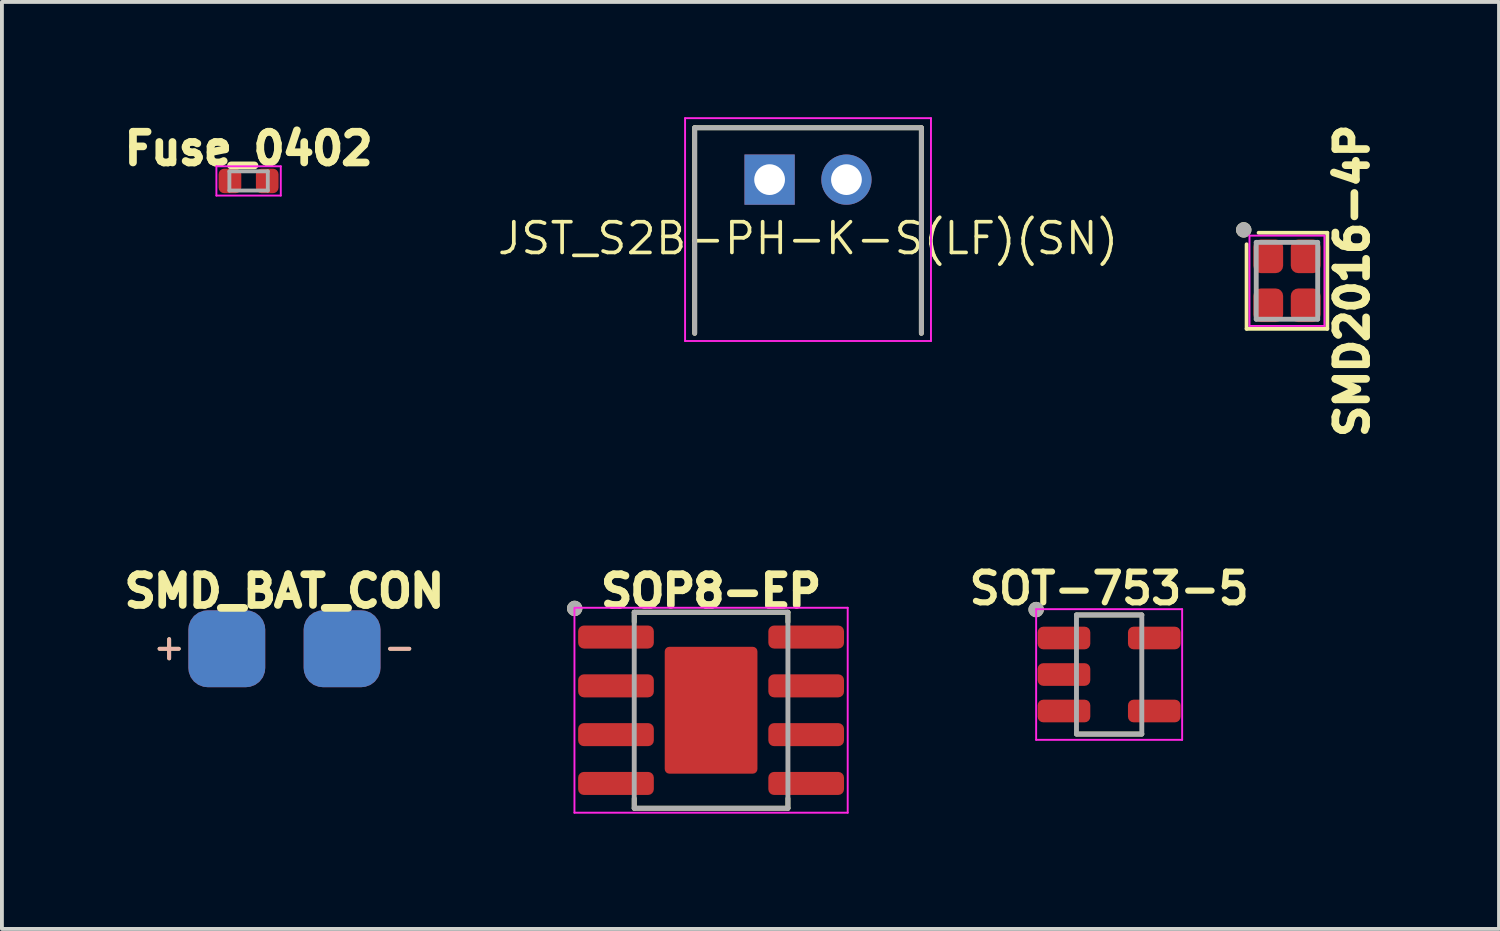
<source format=kicad_pcb>
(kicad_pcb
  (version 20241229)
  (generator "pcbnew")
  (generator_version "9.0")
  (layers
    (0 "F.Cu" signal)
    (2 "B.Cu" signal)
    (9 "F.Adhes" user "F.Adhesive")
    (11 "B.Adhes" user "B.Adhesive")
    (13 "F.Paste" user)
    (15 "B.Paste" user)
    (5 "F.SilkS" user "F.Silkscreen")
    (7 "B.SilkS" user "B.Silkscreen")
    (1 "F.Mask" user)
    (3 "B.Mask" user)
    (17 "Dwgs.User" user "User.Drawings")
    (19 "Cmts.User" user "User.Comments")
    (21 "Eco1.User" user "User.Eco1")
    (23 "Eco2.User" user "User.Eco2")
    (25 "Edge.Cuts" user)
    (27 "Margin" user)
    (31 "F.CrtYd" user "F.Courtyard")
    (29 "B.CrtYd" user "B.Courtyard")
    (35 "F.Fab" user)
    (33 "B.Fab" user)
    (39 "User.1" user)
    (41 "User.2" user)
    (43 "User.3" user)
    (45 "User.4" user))
  (footprint "JST_S2B-PH-K-S(LF)(SN)"
    (layer "F.Cu")
    (at 17.98 1.625)
    (property "Reference" "JST_S2B-PH-K-S(LF)(SN)" (at 0 1.53 0) (layer "F.SilkS") (effects (font (size 0.8 0.8) (thickness 0.096) (bold yes))))
    (attr through_hole)
    (fp_line (start -2.95 -1.35) (end 2.95 -1.35) (stroke (width 0.127) (type solid)) (layer "F.SilkS"))
    (fp_line (start -2.95 4) (end -2.95 -1.35) (stroke (width 0.127) (type solid)) (layer "F.SilkS"))
    (fp_line (start 2.95 -1.35) (end 2.95 4) (stroke (width 0.127) (type solid)) (layer "F.SilkS"))
    (fp_line (start -3.2 -1.6) (end 3.2 -1.6) (stroke (width 0.05) (type solid)) (layer "F.CrtYd"))
    (fp_line (start -3.2 4.2) (end -3.2 -1.6) (stroke (width 0.05) (type solid)) (layer "F.CrtYd"))
    (fp_line (start 3.2 -1.6) (end 3.2 4.2) (stroke (width 0.05) (type solid)) (layer "F.CrtYd"))
    (fp_line (start 3.2 4.2) (end -3.2 4.2) (stroke (width 0.05) (type solid)) (layer "F.CrtYd"))
    (fp_line (start -2.95 -1.35) (end 2.95 -1.35) (stroke (width 0.127) (type solid)) (layer "F.Fab"))
    (fp_line (start -2.95 4) (end -2.95 -1.35) (stroke (width 0.127) (type solid)) (layer "F.Fab"))
    (fp_line (start 2.95 -1.35) (end 2.95 4) (stroke (width 0.127) (type solid)) (layer "F.Fab"))
    (pad "1" thru_hole rect (at -1 0) (size 1.308 1.308) (drill 0.8) (layers "*.Cu" "*.Mask"))
    (pad "2" thru_hole circle (at 1 0) (size 1.308 1.308) (drill 0.8) (layers "*.Cu" "*.Mask")))
  (footprint "Fuse_0402"
    (layer "F.Cu")
    (at 3.42 1.659)
    (property "Reference" "Fuse_0402" (at 0 -0.84 0) (layer "F.SilkS") (effects (font (size 0.8 0.8) (thickness 0.2) (bold yes))))
    (attr smd)
    (fp_line (start -0.838 -0.381) (end 0.838 -0.381) (stroke (width 0.05) (type solid)) (layer "F.CrtYd"))
    (fp_line (start -0.838 0.381) (end -0.838 -0.381) (stroke (width 0.05) (type solid)) (layer "F.CrtYd"))
    (fp_line (start 0.838 -0.381) (end 0.838 0.381) (stroke (width 0.05) (type solid)) (layer "F.CrtYd"))
    (fp_line (start 0.838 0.381) (end -0.838 0.381) (stroke (width 0.05) (type solid)) (layer "F.CrtYd"))
    (fp_line (start -0.5 -0.25) (end 0.5 -0.25) (stroke (width 0.1) (type solid)) (layer "F.Fab"))
    (fp_line (start -0.5 0.25) (end -0.5 -0.25) (stroke (width 0.1) (type solid)) (layer "F.Fab"))
    (fp_line (start 0.5 -0.25) (end 0.5 0.25) (stroke (width 0.1) (type solid)) (layer "F.Fab"))
    (fp_line (start 0.5 0.25) (end -0.5 0.25) (stroke (width 0.1) (type solid)) (layer "F.Fab"))
    (pad "1" smd roundrect (at -0.485 0) (size 0.59 0.64) (layers "F.Cu" "F.Mask" "F.Paste") (roundrect_rratio 0.25))
    (pad "2" smd roundrect (at 0.485 0) (size 0.59 0.64) (layers "F.Cu" "F.Mask" "F.Paste") (roundrect_rratio 0.25)))
  (footprint "SMD_BAT_CON"
    (layer "F.Cu")
    (at 4.353 14.835)
    (property "Reference" "SMD_BAT_CON" (at 0 -2.5 0) (unlocked yes) (layer "F.SilkS") (effects (font (size 0.8 0.8) (thickness 0.2) (bold yes))))
    (attr smd)
    (fp_line (start -3.25 -1) (end -2.75 -1) (stroke (width 0.1) (type default)) (layer "F.SilkS"))
    (fp_line (start -3 -1.25) (end -3 -0.75) (stroke (width 0.1) (type default)) (layer "F.SilkS"))
    (fp_line (start 2.75 -1) (end 3.25 -1) (stroke (width 0.1) (type default)) (layer "F.SilkS"))
    (fp_line (start -3 -1.25) (end -3 -0.75) (stroke (width 0.1) (type default)) (layer "B.SilkS"))
    (fp_line (start -2.75 -1) (end -3.25 -1) (stroke (width 0.1) (type default)) (layer "B.SilkS"))
    (fp_line (start 3.25 -1) (end 2.75 -1) (stroke (width 0.1) (type default)) (layer "B.SilkS"))
    (pad "1" smd roundrect (at -1.5 -1) (size 2 2) (layers "F.Cu" "F.Mask") (roundrect_rratio 0.25))
    (pad "1" smd roundrect (at -1.5 -1 180) (size 2 2) (layers "B.Cu" "B.Mask") (roundrect_rratio 0.25))
    (pad "2" smd roundrect (at 1.5 -1) (size 2 2) (layers "F.Cu" "F.Mask") (roundrect_rratio 0.25))
    (pad "2" smd roundrect (at 1.5 -1 180) (size 2 2) (layers "B.Cu" "B.Mask") (roundrect_rratio 0.25)))
  (footprint "SOT-753-5"
    (layer "F.Cu")
    (at 25.817 14.505)
    (property "Reference" "SOT-753-5" (at 0 -2.24 0) (layer "F.SilkS") (effects (font (size 0.8 0.8) (thickness 0.16) (bold yes))))
    (attr smd)
    (fp_line (start 0.85 -1.55) (end -0.85 -1.55) (stroke (width 0.127) (type solid)) (layer "F.SilkS"))
    (fp_line (start 0.85 1.55) (end -0.85 1.55) (stroke (width 0.127) (type solid)) (layer "F.SilkS"))
    (fp_circle (center -1.9 -1.69) (end -1.8 -1.69) (stroke (width 0.2) (type solid)) (fill no) (layer "F.SilkS"))
    (fp_line (start -1.9 -1.7) (end -1.9 1.7) (stroke (width 0.05) (type solid)) (layer "F.CrtYd"))
    (fp_line (start -1.9 1.7) (end 1.9 1.7) (stroke (width 0.05) (type solid)) (layer "F.CrtYd"))
    (fp_line (start 1.9 -1.7) (end -1.9 -1.7) (stroke (width 0.05) (type solid)) (layer "F.CrtYd"))
    (fp_line (start 1.9 1.7) (end 1.9 -1.7) (stroke (width 0.05) (type solid)) (layer "F.CrtYd"))
    (fp_line (start -0.85 -1.55) (end 0.85 -1.55) (stroke (width 0.127) (type solid)) (layer "F.Fab"))
    (fp_line (start -0.85 1.55) (end -0.85 -1.55) (stroke (width 0.127) (type solid)) (layer "F.Fab"))
    (fp_line (start 0.85 -1.55) (end 0.85 1.55) (stroke (width 0.127) (type solid)) (layer "F.Fab"))
    (fp_line (start 0.85 1.55) (end -0.85 1.55) (stroke (width 0.127) (type solid)) (layer "F.Fab"))
    (fp_circle (center -1.9 -1.69) (end -1.8 -1.69) (stroke (width 0.2) (type solid)) (fill no) (layer "F.Fab"))
    (pad "1" smd roundrect (at -1.175 -0.95 270) (size 0.59 1.37) (layers "F.Cu" "F.Mask" "F.Paste") (roundrect_rratio 0.25))
    (pad "2" smd roundrect (at -1.175 0 270) (size 0.59 1.37) (layers "F.Cu" "F.Mask" "F.Paste") (roundrect_rratio 0.25))
    (pad "3" smd roundrect (at -1.175 0.95 270) (size 0.59 1.37) (layers "F.Cu" "F.Mask" "F.Paste") (roundrect_rratio 0.25))
    (pad "4" smd roundrect (at 1.175 0.95 270) (size 0.59 1.37) (layers "F.Cu" "F.Mask" "F.Paste") (roundrect_rratio 0.25))
    (pad "5" smd roundrect (at 1.175 -0.95 270) (size 0.59 1.37) (layers "F.Cu" "F.Mask" "F.Paste") (roundrect_rratio 0.25)))
  (footprint "SMD2016-4P"
    (layer "F.Cu")
    (at 30.445 4.258)
    (property "Reference" "SMD2016-4P" (at 1.7 0 90) (layer "F.SilkS") (effects (font (size 0.8 0.8) (thickness 0.2) (bold yes))))
    (attr smd)
    (fp_line (start -1.05 -0.95) (end -1.05 1.25) (stroke (width 0.1) (type default)) (layer "F.SilkS"))
    (fp_line (start -1.05 1.25) (end 1.05 1.25) (stroke (width 0.1) (type default)) (layer "F.SilkS"))
    (fp_line (start -0.738 -1.25) (end 1.05 -1.25) (stroke (width 0.1) (type default)) (layer "F.SilkS"))
    (fp_line (start 1.05 1.25) (end 1.05 -1.25) (stroke (width 0.1) (type default)) (layer "F.SilkS"))
    (fp_circle (center -1.125 -1.325) (end -1.025 -1.325) (stroke (width 0.2) (type solid)) (fill no) (layer "F.SilkS"))
    (fp_line (start -0.975 -1.175) (end -0.975 1.175) (stroke (width 0.05) (type solid)) (layer "F.CrtYd"))
    (fp_line (start -0.975 -1.175) (end 0.975 -1.175) (stroke (width 0.05) (type solid)) (layer "F.CrtYd"))
    (fp_line (start 0.975 -1.175) (end 0.975 1.175) (stroke (width 0.05) (type solid)) (layer "F.CrtYd"))
    (fp_line (start 0.975 1.175) (end -0.975 1.175) (stroke (width 0.05) (type solid)) (layer "F.CrtYd"))
    (fp_line (start -0.8 -1) (end -0.8 1) (stroke (width 0.127) (type solid)) (layer "F.Fab"))
    (fp_line (start -0.8 -1) (end 0.8 -1) (stroke (width 0.127) (type solid)) (layer "F.Fab"))
    (fp_line (start 0.8 -1) (end 0.8 1) (stroke (width 0.127) (type solid)) (layer "F.Fab"))
    (fp_line (start 0.8 1) (end -0.8 1) (stroke (width 0.127) (type solid)) (layer "F.Fab"))
    (fp_circle (center -1.125 -1.325) (end -1.025 -1.325) (stroke (width 0.2) (type solid)) (fill no) (layer "F.Fab"))
    (pad "1" smd roundrect (at -0.487 -0.637) (size 0.775 0.875) (layers "F.Cu" "F.Mask" "F.Paste") (roundrect_rratio 0.25))
    (pad "2" smd roundrect (at -0.487 0.637) (size 0.775 0.875) (layers "F.Cu" "F.Mask" "F.Paste") (roundrect_rratio 0.25))
    (pad "3" smd roundrect (at 0.487 0.637) (size 0.775 0.875) (layers "F.Cu" "F.Mask" "F.Paste") (roundrect_rratio 0.25))
    (pad "4" smd roundrect (at 0.487 -0.637) (size 0.775 0.875) (layers "F.Cu" "F.Mask" "F.Paste") (roundrect_rratio 0.25)))
  (footprint "SOP8-EP"
    (layer "F.Cu")
    (at 15.457 15.435)
    (property "Reference" "SOP8-EP" (at 0 -3.1 0) (layer "F.SilkS") (effects (font (size 0.8 0.8) (thickness 0.2) (bold yes))))
    (attr smd)
    (fp_line (start -2 -2.55) (end -2 -2.297) (stroke (width 0.127) (type default)) (layer "F.SilkS"))
    (fp_line (start -2 -2.55) (end 2 -2.55) (stroke (width 0.127) (type solid)) (layer "F.SilkS"))
    (fp_line (start -2 2.55) (end 2 2.55) (stroke (width 0.127) (type solid)) (layer "F.SilkS"))
    (fp_line (start -2 2.297) (end -2 2.55) (stroke (width 0.127) (type default)) (layer "F.SilkS"))
    (fp_line (start 2 -2.297) (end 2 -2.55) (stroke (width 0.127) (type default)) (layer "F.SilkS"))
    (fp_line (start 2 2.297) (end 2 2.55) (stroke (width 0.127) (type default)) (layer "F.SilkS"))
    (fp_circle (center -3.55 -2.65) (end -3.45 -2.65) (stroke (width 0.2) (type solid)) (fill no) (layer "F.SilkS"))
    (fp_poly (pts (xy -0.645 -1.12) (xy 0.645 -1.12) (xy 0.645 1.12) (xy -0.645 1.12)) (stroke (width 0.01) (type solid)) (fill yes) (layer "F.Paste"))
    (fp_line (start -3.556 -2.667) (end -3.556 2.667) (stroke (width 0.05) (type solid)) (layer "F.CrtYd"))
    (fp_line (start -3.556 2.667) (end 3.556 2.667) (stroke (width 0.05) (type solid)) (layer "F.CrtYd"))
    (fp_line (start -3.531 -2.667) (end 3.556 -2.667) (stroke (width 0.05) (type solid)) (layer "F.CrtYd"))
    (fp_line (start 3.556 -2.667) (end 3.556 2.667) (stroke (width 0.05) (type solid)) (layer "F.CrtYd"))
    (fp_line (start -2 -2.55) (end -2 2.55) (stroke (width 0.127) (type solid)) (layer "F.Fab"))
    (fp_line (start -2 -2.55) (end 2 -2.55) (stroke (width 0.127) (type solid)) (layer "F.Fab"))
    (fp_line (start -2 2.55) (end 2 2.55) (stroke (width 0.127) (type solid)) (layer "F.Fab"))
    (fp_line (start 2 -2.55) (end 2 2.55) (stroke (width 0.127) (type solid)) (layer "F.Fab"))
    (fp_circle (center -3.55 -2.65) (end -3.45 -2.65) (stroke (width 0.2) (type solid)) (fill no) (layer "F.Fab"))
    (pad "1" smd roundrect (at -2.475 -1.905) (size 1.97 0.6) (layers "F.Cu" "F.Mask" "F.Paste") (roundrect_rratio 0.25))
    (pad "2" smd roundrect (at -2.475 -0.635) (size 1.97 0.6) (layers "F.Cu" "F.Mask" "F.Paste") (roundrect_rratio 0.25))
    (pad "3" smd roundrect (at -2.475 0.635) (size 1.97 0.6) (layers "F.Cu" "F.Mask" "F.Paste") (roundrect_rratio 0.25))
    (pad "4" smd roundrect (at -2.475 1.905) (size 1.97 0.6) (layers "F.Cu" "F.Mask" "F.Paste") (roundrect_rratio 0.25))
    (pad "5" smd roundrect (at 2.475 1.905) (size 1.97 0.6) (layers "F.Cu" "F.Mask" "F.Paste") (roundrect_rratio 0.25))
    (pad "6" smd roundrect (at 2.475 0.635) (size 1.97 0.6) (layers "F.Cu" "F.Mask" "F.Paste") (roundrect_rratio 0.25))
    (pad "7" smd roundrect (at 2.475 -0.635) (size 1.97 0.6) (layers "F.Cu" "F.Mask" "F.Paste") (roundrect_rratio 0.25))
    (pad "8" smd roundrect (at 2.475 -1.905) (size 1.97 0.6) (layers "F.Cu" "F.Mask" "F.Paste") (roundrect_rratio 0.25))
    (pad "9" smd roundrect (at 0 0) (size 2.413 3.302) (layers "F.Cu" "F.Mask") (roundrect_rratio 0.05)))
  (gr_rect
    (start -3 -3)
    (end 35.964 21.127)
    (stroke (width 0.1) (type default))
    (fill no)
    (layer "Edge.Cuts")))
</source>
